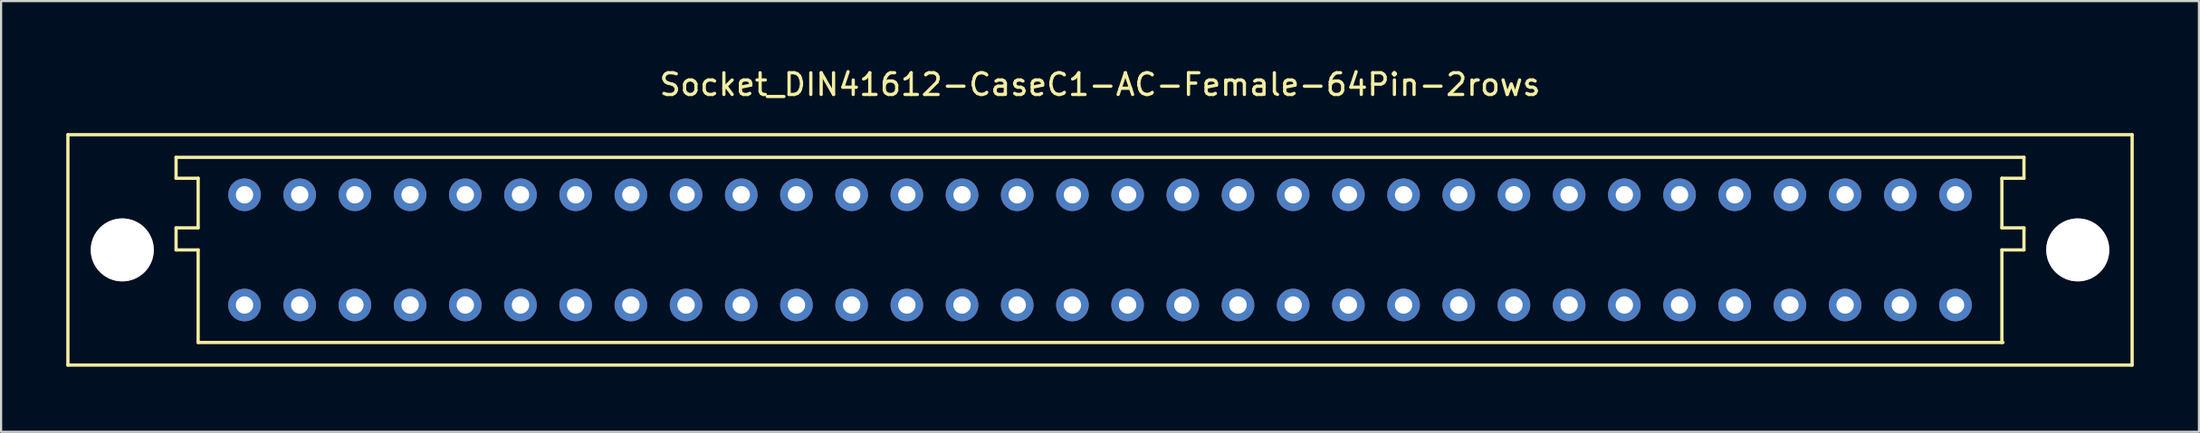
<source format=kicad_pcb>
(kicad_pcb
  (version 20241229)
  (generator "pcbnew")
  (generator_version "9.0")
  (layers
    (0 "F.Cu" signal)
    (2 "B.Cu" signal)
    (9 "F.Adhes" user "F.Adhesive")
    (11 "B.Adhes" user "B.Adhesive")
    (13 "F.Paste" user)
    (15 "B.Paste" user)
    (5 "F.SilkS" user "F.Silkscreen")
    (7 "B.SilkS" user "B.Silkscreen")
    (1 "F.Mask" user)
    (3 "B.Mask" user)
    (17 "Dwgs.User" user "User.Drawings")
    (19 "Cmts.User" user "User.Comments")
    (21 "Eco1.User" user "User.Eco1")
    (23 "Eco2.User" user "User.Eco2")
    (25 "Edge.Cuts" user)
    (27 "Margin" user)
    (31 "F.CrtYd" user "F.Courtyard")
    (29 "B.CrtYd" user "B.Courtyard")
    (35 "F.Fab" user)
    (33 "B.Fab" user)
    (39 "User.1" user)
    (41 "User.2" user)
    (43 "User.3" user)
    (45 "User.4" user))
  (footprint "Socket_DIN41612-CaseC1-AC-Female-64Pin-2rows"
    (layer "F.Cu")
    (at 47.573 8.468)
    (property "Reference" "Socket_DIN41612-CaseC1-AC-Female-64Pin-2rows" (at 0 -7.62 0) (layer "F.SilkS") (effects (font (size 1 1) (thickness 0.15))))
    (attr through_hole)
    (fp_line (start -47.498 -5.309) (end -47.498 5.309) (stroke (width 0.15) (type solid)) (layer "F.SilkS"))
    (fp_line (start -47.498 5.309) (end 47.498 5.309) (stroke (width 0.15) (type solid)) (layer "F.SilkS"))
    (fp_line (start -42.52 -3.302) (end -42.52 -4.267) (stroke (width 0.15) (type solid)) (layer "F.SilkS"))
    (fp_line (start -42.52 -1.016) (end -41.504 -1.016) (stroke (width 0.15) (type solid)) (layer "F.SilkS"))
    (fp_line (start -42.52 0) (end -42.52 -1.016) (stroke (width 0.15) (type solid)) (layer "F.SilkS"))
    (fp_line (start -41.504 -3.302) (end -42.52 -3.302) (stroke (width 0.15) (type solid)) (layer "F.SilkS"))
    (fp_line (start -41.504 -1.016) (end -41.504 -3.302) (stroke (width 0.15) (type solid)) (layer "F.SilkS"))
    (fp_line (start -41.504 0) (end -42.52 0) (stroke (width 0.15) (type solid)) (layer "F.SilkS"))
    (fp_line (start -41.504 4.267) (end -41.504 0) (stroke (width 0.15) (type solid)) (layer "F.SilkS"))
    (fp_line (start -41.504 4.267) (end 41.554 4.267) (stroke (width 0.15) (type solid)) (layer "F.SilkS"))
    (fp_line (start 41.504 -3.302) (end 42.52 -3.302) (stroke (width 0.15) (type solid)) (layer "F.SilkS"))
    (fp_line (start 41.504 -1.016) (end 41.504 -3.302) (stroke (width 0.15) (type solid)) (layer "F.SilkS"))
    (fp_line (start 41.504 0) (end 42.52 0) (stroke (width 0.15) (type solid)) (layer "F.SilkS"))
    (fp_line (start 41.504 4.267) (end 41.504 0) (stroke (width 0.15) (type solid)) (layer "F.SilkS"))
    (fp_line (start 42.52 -4.267) (end -42.52 -4.267) (stroke (width 0.15) (type solid)) (layer "F.SilkS"))
    (fp_line (start 42.52 -3.302) (end 42.52 -4.267) (stroke (width 0.15) (type solid)) (layer "F.SilkS"))
    (fp_line (start 42.52 -1.016) (end 41.504 -1.016) (stroke (width 0.15) (type solid)) (layer "F.SilkS"))
    (fp_line (start 42.52 0) (end 42.52 -1.016) (stroke (width 0.15) (type solid)) (layer "F.SilkS"))
    (fp_line (start 47.498 -5.309) (end -47.498 -5.309) (stroke (width 0.15) (type solid)) (layer "F.SilkS"))
    (fp_line (start 47.498 5.309) (end 47.498 -5.309) (stroke (width 0.15) (type solid)) (layer "F.SilkS"))
    (pad "1" thru_hole circle (at -44.996 0) (size 2.901 2.901) (drill 2.901) (layers "*.Cu" "*.Mask"))
    (pad "1" thru_hole circle (at 44.996 0) (size 2.901 2.901) (drill 2.901) (layers "*.Cu" "*.Mask"))
    (pad "1a" thru_hole circle (at 39.37 -2.54 180) (size 1.501 1.501) (drill 0.8) (layers "*.Cu" "*.Mask"))
    (pad "1c" thru_hole circle (at 39.37 2.54 180) (size 1.501 1.501) (drill 0.8) (layers "*.Cu" "*.Mask"))
    (pad "2a" thru_hole circle (at 36.83 -2.54 180) (size 1.501 1.501) (drill 0.8) (layers "*.Cu" "*.Mask"))
    (pad "2c" thru_hole circle (at 36.83 2.54 180) (size 1.501 1.501) (drill 0.8) (layers "*.Cu" "*.Mask"))
    (pad "3a" thru_hole circle (at 34.29 -2.54 180) (size 1.501 1.501) (drill 0.8) (layers "*.Cu" "*.Mask"))
    (pad "3c" thru_hole circle (at 34.29 2.54 180) (size 1.501 1.501) (drill 0.8) (layers "*.Cu" "*.Mask"))
    (pad "4a" thru_hole circle (at 31.75 -2.54 180) (size 1.501 1.501) (drill 0.8) (layers "*.Cu" "*.Mask"))
    (pad "4c" thru_hole circle (at 31.75 2.54 180) (size 1.501 1.501) (drill 0.8) (layers "*.Cu" "*.Mask"))
    (pad "5a" thru_hole circle (at 29.21 -2.54 180) (size 1.501 1.501) (drill 0.8) (layers "*.Cu" "*.Mask"))
    (pad "5c" thru_hole circle (at 29.21 2.54 180) (size 1.501 1.501) (drill 0.8) (layers "*.Cu" "*.Mask"))
    (pad "6a" thru_hole circle (at 26.67 -2.54 180) (size 1.501 1.501) (drill 0.8) (layers "*.Cu" "*.Mask"))
    (pad "6c" thru_hole circle (at 26.67 2.54 180) (size 1.501 1.501) (drill 0.8) (layers "*.Cu" "*.Mask"))
    (pad "7a" thru_hole circle (at 24.13 -2.54 180) (size 1.501 1.501) (drill 0.8) (layers "*.Cu" "*.Mask"))
    (pad "7c" thru_hole circle (at 24.13 2.54 180) (size 1.501 1.501) (drill 0.8) (layers "*.Cu" "*.Mask"))
    (pad "8a" thru_hole circle (at 21.59 -2.54 180) (size 1.501 1.501) (drill 0.8) (layers "*.Cu" "*.Mask"))
    (pad "8c" thru_hole circle (at 21.59 2.54 180) (size 1.501 1.501) (drill 0.8) (layers "*.Cu" "*.Mask"))
    (pad "9a" thru_hole circle (at 19.05 -2.54 180) (size 1.501 1.501) (drill 0.8) (layers "*.Cu" "*.Mask"))
    (pad "9c" thru_hole circle (at 19.05 2.54 180) (size 1.501 1.501) (drill 0.8) (layers "*.Cu" "*.Mask"))
    (pad "10a" thru_hole circle (at 16.51 -2.54 180) (size 1.501 1.501) (drill 0.8) (layers "*.Cu" "*.Mask"))
    (pad "10c" thru_hole circle (at 16.51 2.54 180) (size 1.501 1.501) (drill 0.8) (layers "*.Cu" "*.Mask"))
    (pad "11a" thru_hole circle (at 13.97 -2.54 180) (size 1.501 1.501) (drill 0.8) (layers "*.Cu" "*.Mask"))
    (pad "11c" thru_hole circle (at 13.97 2.54 180) (size 1.501 1.501) (drill 0.8) (layers "*.Cu" "*.Mask"))
    (pad "12a" thru_hole circle (at 11.43 -2.54 180) (size 1.501 1.501) (drill 0.8) (layers "*.Cu" "*.Mask"))
    (pad "12c" thru_hole circle (at 11.43 2.54 180) (size 1.501 1.501) (drill 0.8) (layers "*.Cu" "*.Mask"))
    (pad "13a" thru_hole circle (at 8.89 -2.54 180) (size 1.501 1.501) (drill 0.8) (layers "*.Cu" "*.Mask"))
    (pad "13c" thru_hole circle (at 8.89 2.54 180) (size 1.501 1.501) (drill 0.8) (layers "*.Cu" "*.Mask"))
    (pad "14a" thru_hole circle (at 6.35 -2.54 180) (size 1.501 1.501) (drill 0.8) (layers "*.Cu" "*.Mask"))
    (pad "14c" thru_hole circle (at 6.35 2.54 180) (size 1.501 1.501) (drill 0.8) (layers "*.Cu" "*.Mask"))
    (pad "15a" thru_hole circle (at 3.81 -2.54 180) (size 1.501 1.501) (drill 0.8) (layers "*.Cu" "*.Mask"))
    (pad "15c" thru_hole circle (at 3.81 2.54 180) (size 1.501 1.501) (drill 0.8) (layers "*.Cu" "*.Mask"))
    (pad "16a" thru_hole circle (at 1.27 -2.54 180) (size 1.501 1.501) (drill 0.8) (layers "*.Cu" "*.Mask"))
    (pad "16c" thru_hole circle (at 1.27 2.54 180) (size 1.501 1.501) (drill 0.8) (layers "*.Cu" "*.Mask"))
    (pad "17a" thru_hole circle (at -1.27 -2.54 180) (size 1.501 1.501) (drill 0.8) (layers "*.Cu" "*.Mask"))
    (pad "17c" thru_hole circle (at -1.27 2.54 180) (size 1.501 1.501) (drill 0.8) (layers "*.Cu" "*.Mask"))
    (pad "18a" thru_hole circle (at -3.81 -2.54 180) (size 1.501 1.501) (drill 0.8) (layers "*.Cu" "*.Mask"))
    (pad "18c" thru_hole circle (at -3.81 2.54 180) (size 1.501 1.501) (drill 0.8) (layers "*.Cu" "*.Mask"))
    (pad "19a" thru_hole circle (at -6.35 -2.54 180) (size 1.501 1.501) (drill 0.8) (layers "*.Cu" "*.Mask"))
    (pad "19c" thru_hole circle (at -6.35 2.54 180) (size 1.501 1.501) (drill 0.8) (layers "*.Cu" "*.Mask"))
    (pad "20a" thru_hole circle (at -8.89 -2.54 180) (size 1.501 1.501) (drill 0.8) (layers "*.Cu" "*.Mask"))
    (pad "20c" thru_hole circle (at -8.89 2.54 180) (size 1.501 1.501) (drill 0.8) (layers "*.Cu" "*.Mask"))
    (pad "21a" thru_hole circle (at -11.43 -2.54 180) (size 1.501 1.501) (drill 0.8) (layers "*.Cu" "*.Mask"))
    (pad "21c" thru_hole circle (at -11.43 2.54 180) (size 1.501 1.501) (drill 0.8) (layers "*.Cu" "*.Mask"))
    (pad "22a" thru_hole circle (at -13.97 -2.54 180) (size 1.501 1.501) (drill 0.8) (layers "*.Cu" "*.Mask"))
    (pad "22c" thru_hole circle (at -13.97 2.54 180) (size 1.501 1.501) (drill 0.8) (layers "*.Cu" "*.Mask"))
    (pad "23a" thru_hole circle (at -16.51 -2.54 180) (size 1.501 1.501) (drill 0.8) (layers "*.Cu" "*.Mask"))
    (pad "23c" thru_hole circle (at -16.51 2.54 180) (size 1.501 1.501) (drill 0.8) (layers "*.Cu" "*.Mask"))
    (pad "24" thru_hole circle (at -19.05 -2.54 180) (size 1.501 1.501) (drill 0.8) (layers "*.Cu" "*.Mask"))
    (pad "24c" thru_hole circle (at -19.05 2.54 180) (size 1.501 1.501) (drill 0.8) (layers "*.Cu" "*.Mask"))
    (pad "25a" thru_hole circle (at -21.59 -2.54 180) (size 1.501 1.501) (drill 0.8) (layers "*.Cu" "*.Mask"))
    (pad "25c" thru_hole circle (at -21.59 2.54 180) (size 1.501 1.501) (drill 0.8) (layers "*.Cu" "*.Mask"))
    (pad "26a" thru_hole circle (at -24.13 -2.54 180) (size 1.501 1.501) (drill 0.8) (layers "*.Cu" "*.Mask"))
    (pad "26c" thru_hole circle (at -24.13 2.54 180) (size 1.501 1.501) (drill 0.8) (layers "*.Cu" "*.Mask"))
    (pad "27a" thru_hole circle (at -26.67 -2.54 180) (size 1.501 1.501) (drill 0.8) (layers "*.Cu" "*.Mask"))
    (pad "27c" thru_hole circle (at -26.67 2.54 180) (size 1.501 1.501) (drill 0.8) (layers "*.Cu" "*.Mask"))
    (pad "28a" thru_hole circle (at -29.21 -2.54 180) (size 1.501 1.501) (drill 0.8) (layers "*.Cu" "*.Mask"))
    (pad "28c" thru_hole circle (at -29.21 2.54 180) (size 1.501 1.501) (drill 0.8) (layers "*.Cu" "*.Mask"))
    (pad "29a" thru_hole circle (at -31.75 -2.54 180) (size 1.501 1.501) (drill 0.8) (layers "*.Cu" "*.Mask"))
    (pad "29c" thru_hole circle (at -31.75 2.54 180) (size 1.501 1.501) (drill 0.8) (layers "*.Cu" "*.Mask"))
    (pad "30a" thru_hole circle (at -34.29 -2.54 180) (size 1.501 1.501) (drill 0.8) (layers "*.Cu" "*.Mask"))
    (pad "30c" thru_hole circle (at -34.29 2.54 180) (size 1.501 1.501) (drill 0.8) (layers "*.Cu" "*.Mask"))
    (pad "31a" thru_hole circle (at -36.83 -2.54 180) (size 1.501 1.501) (drill 0.8) (layers "*.Cu" "*.Mask"))
    (pad "31c" thru_hole circle (at -36.83 2.54 180) (size 1.501 1.501) (drill 0.8) (layers "*.Cu" "*.Mask"))
    (pad "32a" thru_hole circle (at -39.37 -2.54 180) (size 1.501 1.501) (drill 0.8) (layers "*.Cu" "*.Mask"))
    (pad "32c" thru_hole circle (at -39.37 2.54 180) (size 1.501 1.501) (drill 0.8) (layers "*.Cu" "*.Mask")))
  (gr_rect
    (start -3 -3)
    (end 98.146 16.852)
    (stroke (width 0.1) (type default))
    (fill no)
    (layer "Edge.Cuts")))
</source>
